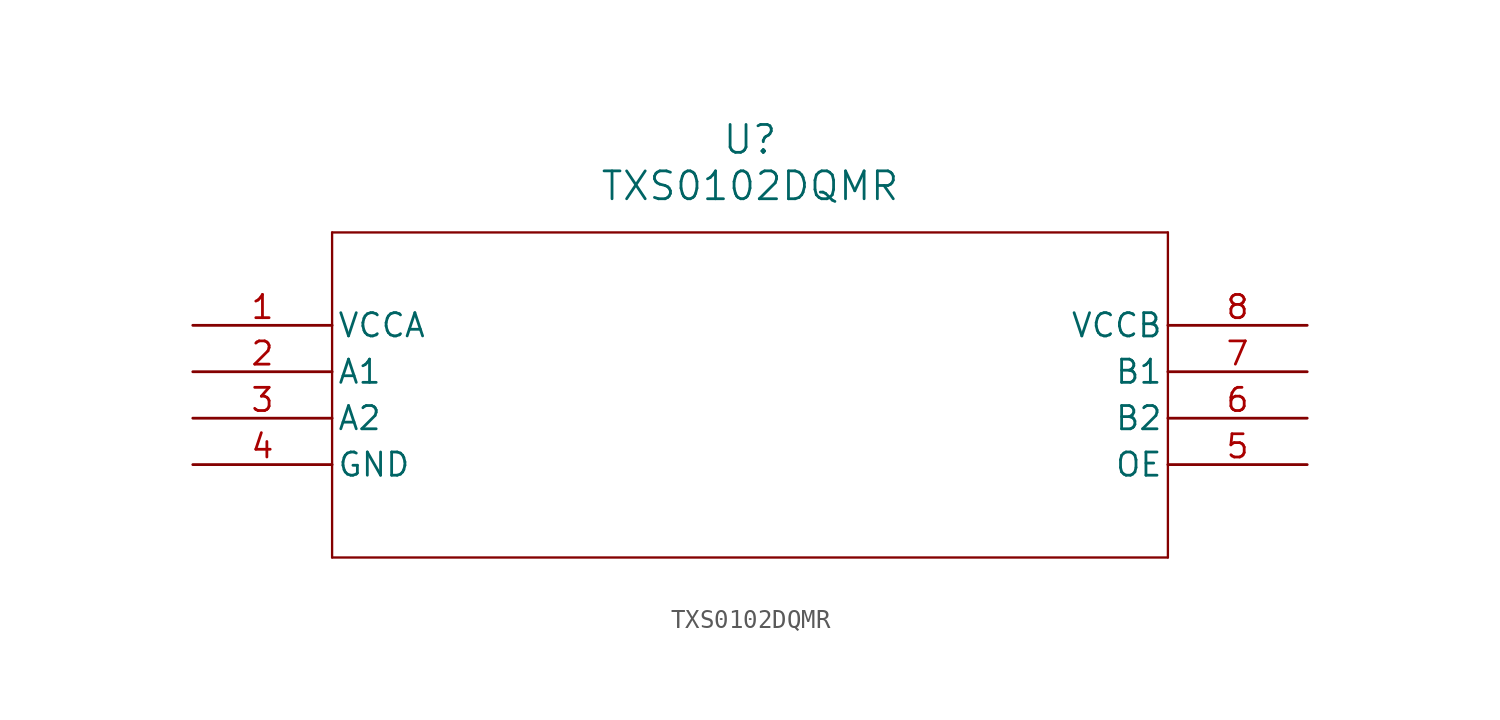
<source format=kicad_sym>
(kicad_symbol_lib
  (version 20211014)
  (generator kicad_symbol_editor)
  (symbol "TXS0102DQMR"
    (pin_names
      (offset 0.254))
    (property "Reference" "U"
      (at 30.48 10.16 0)
      (effects (font (size 1.524 1.524))))
    (property "Value" "TXS0102DQMR"
      (at 30.48 7.62 0)
      (effects (font (size 1.524 1.524))))
    (symbol "TXS0102DQMR_0_1"
      (polyline (pts (xy 7.62 5.08) (xy 7.62 -12.7)) (stroke (width 0.127) (type default) (color 0 0 0 0)) (fill (type none)))
      (polyline (pts (xy 7.62 -12.7) (xy 53.34 -12.7)) (stroke (width 0.127) (type default) (color 0 0 0 0)) (fill (type none)))
      (polyline (pts (xy 53.34 -12.7) (xy 53.34 5.08)) (stroke (width 0.127) (type default) (color 0 0 0 0)) (fill (type none)))
      (polyline (pts (xy 53.34 5.08) (xy 7.62 5.08)) (stroke (width 0.127) (type default) (color 0 0 0 0)) (fill (type none)))
      (pin power_in line (at 0 0 0) (length 7.62) (name "VCCA" (effects (font (size 1.27 1.27)))) (number "1" (effects (font (size 1.27 1.27)))))
      (pin bidirectional line (at 0 -2.54 0) (length 7.62) (name "A1" (effects (font (size 1.27 1.27)))) (number "2" (effects (font (size 1.27 1.27)))))
      (pin bidirectional line (at 0 -5.08 0) (length 7.62) (name "A2" (effects (font (size 1.27 1.27)))) (number "3" (effects (font (size 1.27 1.27)))))
      (pin power_in line (at 0 -7.62 0) (length 7.62) (name "GND" (effects (font (size 1.27 1.27)))) (number "4" (effects (font (size 1.27 1.27)))))
      (pin output line (at 60.96 -7.62 180) (length 7.62) (name "OE" (effects (font (size 1.27 1.27)))) (number "5" (effects (font (size 1.27 1.27)))))
      (pin bidirectional line (at 60.96 -5.08 180) (length 7.62) (name "B2" (effects (font (size 1.27 1.27)))) (number "6" (effects (font (size 1.27 1.27)))))
      (pin bidirectional line (at 60.96 -2.54 180) (length 7.62) (name "B1" (effects (font (size 1.27 1.27)))) (number "7" (effects (font (size 1.27 1.27)))))
      (pin power_in line (at 60.96 0 180) (length 7.62) (name "VCCB" (effects (font (size 1.27 1.27)))) (number "8" (effects (font (size 1.27 1.27))))))))
</source>
